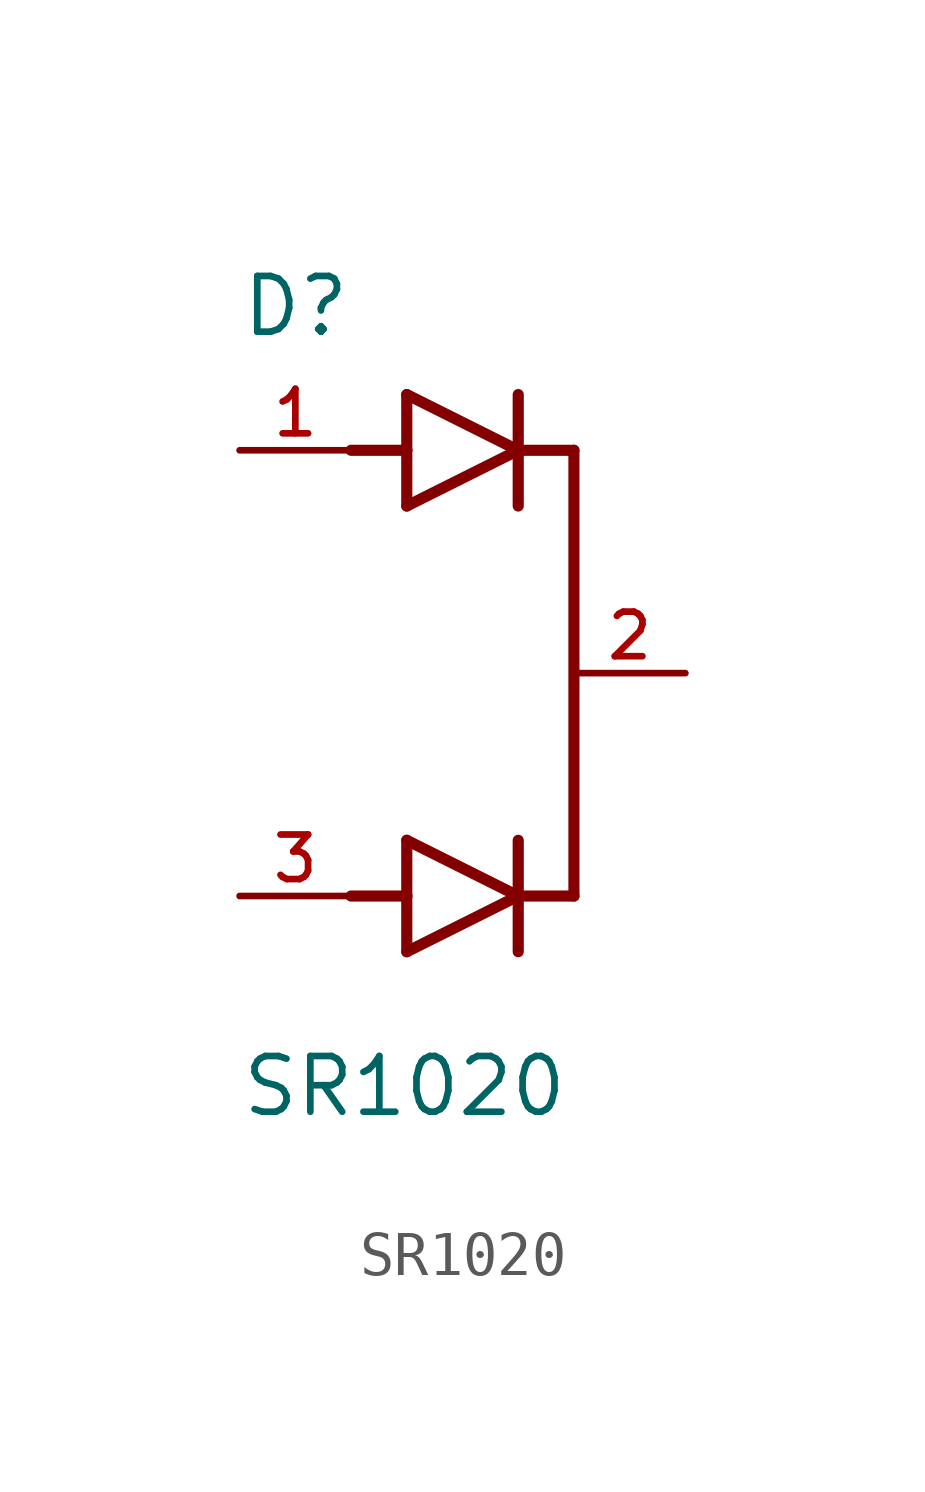
<source format=kicad_sym>
(kicad_symbol_lib
  (version 20211014)
  (generator kicad_symbol_editor)
  (symbol "SR1020"
    (pin_names
      (offset 1.016))
    (property "Reference" "D"
      (at -5.08 7.62 0)
      (effects (font (size 1.27 1.27)) (justify bottom left)))
    (property "Value" "SR1020"
      (at -5.08 -10.16 0)
      (effects (font (size 1.27 1.27)) (justify bottom left)))
    (symbol "SR1020_0_0"
      (polyline (pts (xy -1.27 3.81) (xy 1.27 5.08)) (stroke (width 0.254)))
      (polyline (pts (xy 1.27 5.08) (xy -1.27 6.35)) (stroke (width 0.254)))
      (polyline (pts (xy 1.27 6.35) (xy 1.27 5.08)) (stroke (width 0.254)))
      (polyline (pts (xy -1.27 6.35) (xy -1.27 5.08)) (stroke (width 0.254)))
      (polyline (pts (xy -1.27 5.08) (xy -1.27 3.81)) (stroke (width 0.254)))
      (polyline (pts (xy 1.27 5.08) (xy 1.27 3.81)) (stroke (width 0.254)))
      (polyline (pts (xy -2.54 5.08) (xy -1.27 5.08)) (stroke (width 0.254)))
      (polyline (pts (xy 1.27 5.08) (xy 2.54 5.08)) (stroke (width 0.254)))
      (polyline (pts (xy -1.27 -6.35) (xy 1.27 -5.08)) (stroke (width 0.254)))
      (polyline (pts (xy 1.27 -5.08) (xy -1.27 -3.81)) (stroke (width 0.254)))
      (polyline (pts (xy 1.27 -3.81) (xy 1.27 -5.08)) (stroke (width 0.254)))
      (polyline (pts (xy -1.27 -3.81) (xy -1.27 -5.08)) (stroke (width 0.254)))
      (polyline (pts (xy -1.27 -5.08) (xy -1.27 -6.35)) (stroke (width 0.254)))
      (polyline (pts (xy 1.27 -5.08) (xy 1.27 -6.35)) (stroke (width 0.254)))
      (polyline (pts (xy -2.54 -5.08) (xy -1.27 -5.08)) (stroke (width 0.254)))
      (polyline (pts (xy 1.27 -5.08) (xy 2.54 -5.08)) (stroke (width 0.254)))
      (rectangle (start 2.54 -5.08) (end 2.54 5.08) (stroke (width 0.254)) (fill (type background)))
      (pin passive line (at -5.08 5.08 0) (length 2.54) (name "~" (effects (font (size 1.016 1.016)))) (number "1" (effects (font (size 1.016 1.016)))))
      (pin passive line (at -5.08 -5.08 0) (length 2.54) (name "~" (effects (font (size 1.016 1.016)))) (number "3" (effects (font (size 1.016 1.016)))))
      (pin passive line (at 5.08 0.0 180.0) (length 2.54) (name "~" (effects (font (size 1.016 1.016)))) (number "2" (effects (font (size 1.016 1.016))))))))
</source>
